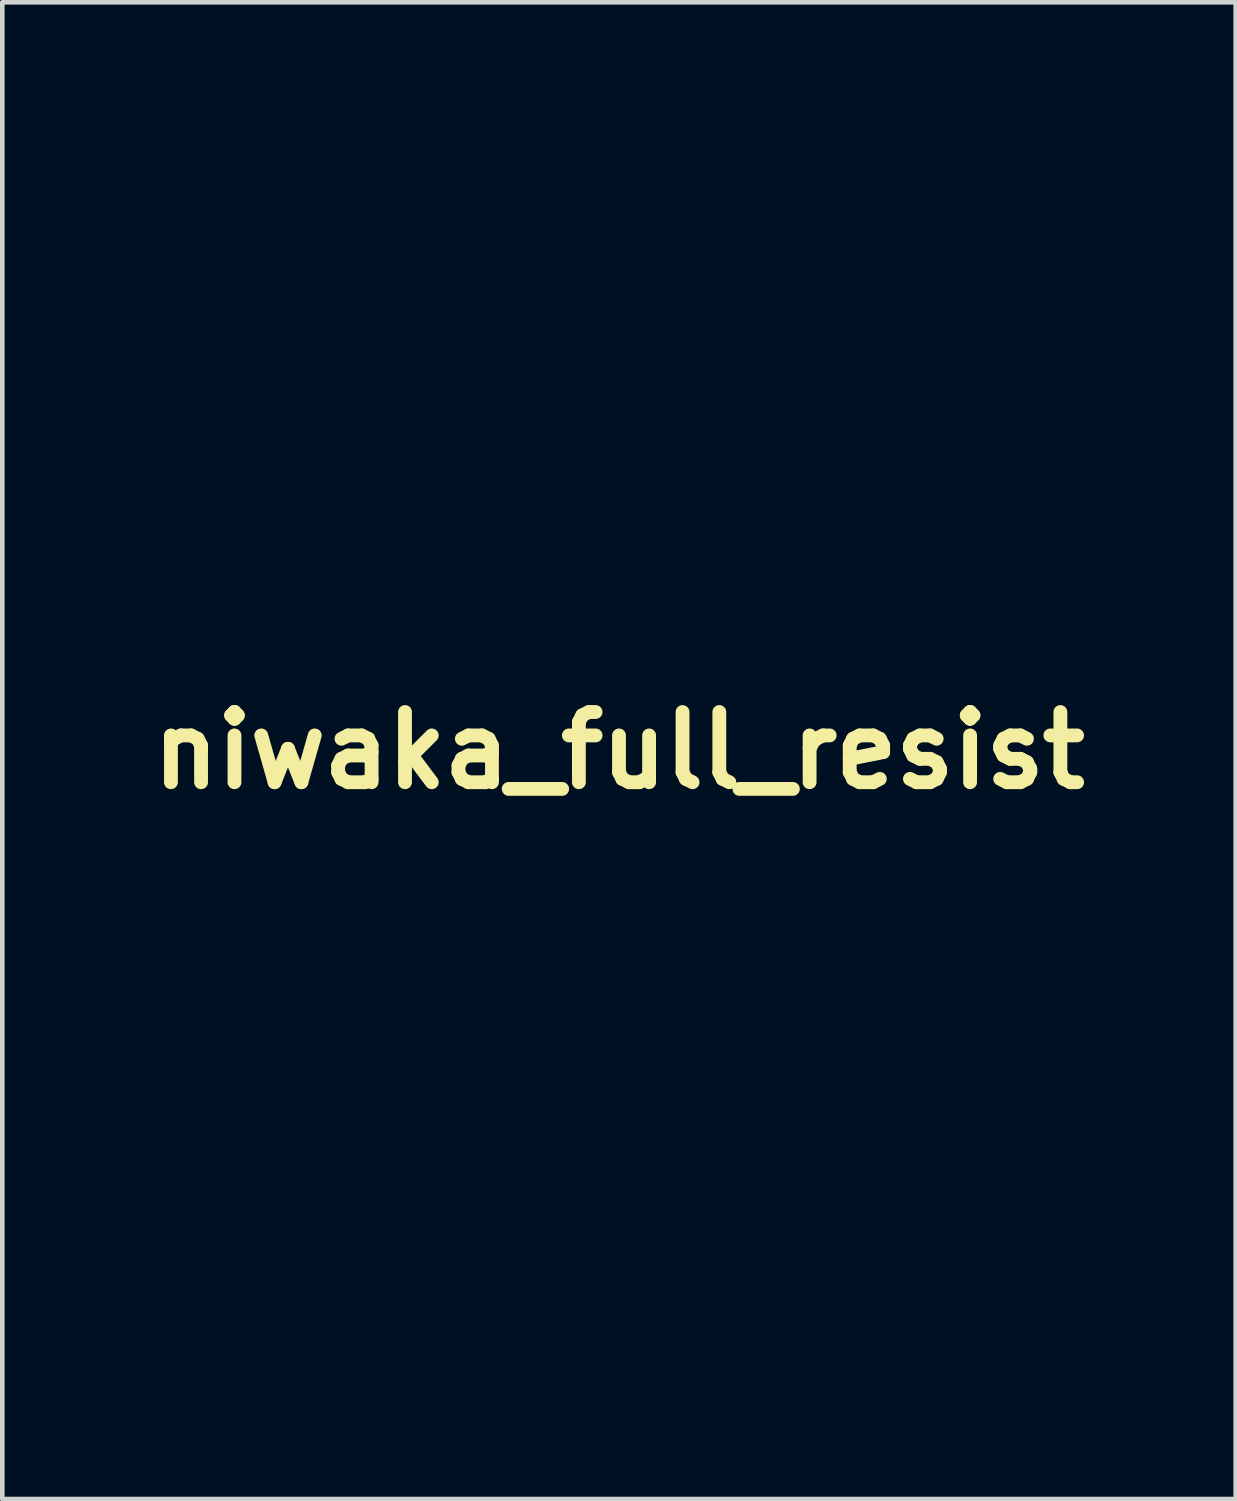
<source format=kicad_pcb>
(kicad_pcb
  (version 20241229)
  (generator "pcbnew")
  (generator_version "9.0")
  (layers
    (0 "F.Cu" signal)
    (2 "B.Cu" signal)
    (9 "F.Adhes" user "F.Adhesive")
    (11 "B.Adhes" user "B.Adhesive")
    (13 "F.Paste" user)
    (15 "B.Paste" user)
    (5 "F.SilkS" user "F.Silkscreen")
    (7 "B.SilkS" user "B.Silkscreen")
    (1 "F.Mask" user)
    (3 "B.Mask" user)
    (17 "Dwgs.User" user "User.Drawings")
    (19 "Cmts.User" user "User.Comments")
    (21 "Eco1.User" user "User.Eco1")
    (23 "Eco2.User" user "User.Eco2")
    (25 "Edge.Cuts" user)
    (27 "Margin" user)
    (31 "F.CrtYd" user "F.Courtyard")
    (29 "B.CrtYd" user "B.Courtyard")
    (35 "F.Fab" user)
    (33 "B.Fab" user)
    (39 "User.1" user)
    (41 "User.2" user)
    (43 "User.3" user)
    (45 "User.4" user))
  (footprint "niwaka_full_resist"
    (layer "F.Cu")
    (at 10.385 13.238)
    (property "Reference" "niwaka_full_resist" (at 0 0 0) (layer "F.SilkS") (effects (font (size 1.524 1.524) (thickness 0.3))))
    (attr through_hole)
    (fp_poly (pts (xy -6.054 7.4) (xy -6.977 7.4) (xy -6.977 8.086) (xy -6.215 8.086) (xy -6.215 8.551) (xy -6.977 8.551) (xy -6.977 9.491) (xy -7.451 9.491) (xy -7.451 6.926) (xy -6.054 6.926) (xy -6.054 7.4)) (stroke (width 0.01) (type solid)) (fill yes) (layer "F.Mask"))
    (fp_poly (pts (xy -3.708 12.692) (xy -3.471 12.692) (xy -3.471 13.242) (xy -4.513 13.242) (xy -4.513 12.692) (xy -4.276 12.692) (xy -4.276 10.702) (xy -4.513 10.702) (xy -4.513 10.152) (xy -3.708 10.152) (xy -3.708 12.692)) (stroke (width 0.01) (type solid)) (fill yes) (layer "F.Mask"))
    (fp_poly (pts (xy -5.88 12.079) (xy -5.878 11.115) (xy -5.876 10.152) (xy -5.309 10.152) (xy -5.309 13.242) (xy -5.611 13.242) (xy -5.914 13.241) (xy -6.879 11.404) (xy -6.881 12.323) (xy -6.883 13.242) (xy -7.451 13.242) (xy -7.451 10.152) (xy -6.894 10.152) (xy -5.88 12.079)) (stroke (width 0.01) (type solid)) (fill yes) (layer "F.Mask"))
    (fp_poly (pts (xy -2.716 7.545) (xy -2.714 8.165) (xy -2.349 7.546) (xy -1.985 6.926) (xy -1.711 6.926) (xy -1.633 6.926) (xy -1.571 6.926) (xy -1.522 6.927) (xy -1.487 6.928) (xy -1.462 6.93) (xy -1.448 6.932) (xy -1.442 6.935) (xy -1.442 6.936) (xy -1.447 6.945) (xy -1.459 6.967) (xy -1.48 7.002) (xy -1.506 7.048) (xy -1.539 7.104) (xy -1.578 7.17) (xy -1.621 7.244) (xy -1.669 7.325) (xy -1.72 7.411) (xy -1.774 7.503) (xy -1.819 7.581) (xy -2.193 8.215) (xy -1.82 8.848) (xy -1.765 8.943) (xy -1.711 9.033) (xy -1.661 9.119) (xy -1.615 9.198) (xy -1.573 9.27) (xy -1.536 9.333) (xy -1.505 9.387) (xy -1.48 9.43) (xy -1.461 9.462) (xy -1.451 9.481) (xy -1.448 9.486) (xy -1.456 9.487) (xy -1.479 9.488) (xy -1.515 9.489) (xy -1.562 9.49) (xy -1.618 9.491) (xy -1.681 9.491) (xy -1.721 9.491) (xy -1.994 9.49) (xy -2.354 8.878) (xy -2.714 8.265) (xy -2.718 9.491) (xy -3.192 9.491) (xy -3.192 6.926) (xy -2.718 6.926) (xy -2.716 7.545)) (stroke (width 0.01) (type solid)) (fill yes) (layer "F.Mask"))
    (fp_poly (pts (xy -0.531 7.935) (xy -0.529 8.937) (xy -0.505 8.989) (xy -0.475 9.038) (xy -0.435 9.085) (xy -0.388 9.124) (xy -0.349 9.146) (xy -0.323 9.156) (xy -0.295 9.162) (xy -0.259 9.165) (xy -0.233 9.165) (xy -0.194 9.165) (xy -0.166 9.162) (xy -0.142 9.156) (xy -0.116 9.145) (xy -0.1 9.137) (xy -0.039 9.098) (xy 0.01 9.048) (xy 0.046 8.987) (xy 0.067 8.918) (xy 0.068 8.916) (xy 0.069 8.9) (xy 0.07 8.867) (xy 0.072 8.818) (xy 0.073 8.753) (xy 0.074 8.672) (xy 0.074 8.577) (xy 0.075 8.467) (xy 0.076 8.343) (xy 0.076 8.204) (xy 0.076 8.052) (xy 0.076 7.902) (xy 0.076 6.934) (xy 0.542 6.934) (xy 0.54 7.969) (xy 0.538 9.004) (xy 0.514 9.08) (xy 0.472 9.188) (xy 0.416 9.287) (xy 0.348 9.376) (xy 0.269 9.454) (xy 0.18 9.52) (xy 0.083 9.573) (xy -0.022 9.612) (xy -0.061 9.622) (xy -0.11 9.631) (xy -0.168 9.636) (xy -0.229 9.639) (xy -0.286 9.639) (xy -0.327 9.635) (xy -0.44 9.611) (xy -0.547 9.571) (xy -0.646 9.518) (xy -0.736 9.45) (xy -0.816 9.369) (xy -0.871 9.297) (xy -0.908 9.239) (xy -0.937 9.18) (xy -0.963 9.114) (xy -0.971 9.093) (xy -0.995 9.021) (xy -0.997 7.978) (xy -0.999 6.934) (xy -0.534 6.934) (xy -0.531 7.935)) (stroke (width 0.01) (type solid)) (fill yes) (layer "F.Mask"))
    (fp_poly (pts (xy 3.88 7.544) (xy 3.882 8.162) (xy 4.246 7.544) (xy 4.61 6.926) (xy 4.883 6.926) (xy 4.949 6.926) (xy 5.009 6.926) (xy 5.062 6.926) (xy 5.105 6.927) (xy 5.136 6.928) (xy 5.153 6.928) (xy 5.156 6.929) (xy 5.152 6.936) (xy 5.14 6.958) (xy 5.12 6.991) (xy 5.094 7.036) (xy 5.062 7.092) (xy 5.024 7.156) (xy 4.981 7.23) (xy 4.934 7.31) (xy 4.883 7.396) (xy 4.829 7.488) (xy 4.779 7.572) (xy 4.713 7.685) (xy 4.656 7.783) (xy 4.605 7.869) (xy 4.562 7.942) (xy 4.526 8.005) (xy 4.496 8.058) (xy 4.471 8.102) (xy 4.451 8.138) (xy 4.436 8.166) (xy 4.425 8.188) (xy 4.417 8.204) (xy 4.413 8.216) (xy 4.411 8.224) (xy 4.411 8.23) (xy 4.412 8.232) (xy 4.418 8.242) (xy 4.432 8.265) (xy 4.453 8.301) (xy 4.48 8.349) (xy 4.514 8.406) (xy 4.553 8.472) (xy 4.597 8.547) (xy 4.644 8.628) (xy 4.695 8.715) (xy 4.749 8.806) (xy 4.785 8.867) (xy 4.84 8.96) (xy 4.893 9.05) (xy 4.942 9.134) (xy 4.987 9.211) (xy 5.028 9.282) (xy 5.065 9.343) (xy 5.095 9.395) (xy 5.119 9.437) (xy 5.136 9.467) (xy 5.146 9.483) (xy 5.148 9.487) (xy 5.14 9.488) (xy 5.117 9.489) (xy 5.081 9.49) (xy 5.034 9.49) (xy 4.978 9.491) (xy 4.915 9.491) (xy 4.875 9.491) (xy 4.602 9.491) (xy 4.242 8.879) (xy 3.882 8.268) (xy 3.88 8.879) (xy 3.878 9.491) (xy 3.404 9.491) (xy 3.404 6.926) (xy 3.878 6.926) (xy 3.88 7.544)) (stroke (width 0.01) (type solid)) (fill yes) (layer "F.Mask"))
    (fp_poly (pts (xy 3.363 10.9) (xy 3.366 11.648) (xy 3.806 10.9) (xy 4.246 10.152) (xy 4.574 10.152) (xy 4.647 10.152) (xy 4.714 10.152) (xy 4.774 10.153) (xy 4.824 10.153) (xy 4.863 10.154) (xy 4.89 10.155) (xy 4.902 10.156) (xy 4.902 10.156) (xy 4.898 10.164) (xy 4.886 10.186) (xy 4.866 10.22) (xy 4.839 10.265) (xy 4.806 10.322) (xy 4.768 10.388) (xy 4.724 10.464) (xy 4.675 10.547) (xy 4.622 10.637) (xy 4.566 10.733) (xy 4.506 10.834) (xy 4.449 10.932) (xy 4.387 11.037) (xy 4.328 11.138) (xy 4.272 11.233) (xy 4.22 11.323) (xy 4.171 11.406) (xy 4.128 11.481) (xy 4.09 11.548) (xy 4.058 11.604) (xy 4.032 11.65) (xy 4.013 11.684) (xy 4.002 11.705) (xy 3.999 11.712) (xy 4.004 11.721) (xy 4.016 11.743) (xy 4.037 11.778) (xy 4.064 11.824) (xy 4.097 11.881) (xy 4.136 11.948) (xy 4.181 12.024) (xy 4.23 12.107) (xy 4.282 12.197) (xy 4.339 12.293) (xy 4.398 12.394) (xy 4.448 12.479) (xy 4.509 12.583) (xy 4.568 12.682) (xy 4.624 12.777) (xy 4.676 12.865) (xy 4.723 12.947) (xy 4.766 13.02) (xy 4.804 13.085) (xy 4.836 13.139) (xy 4.861 13.183) (xy 4.88 13.215) (xy 4.891 13.234) (xy 4.894 13.239) (xy 4.886 13.24) (xy 4.862 13.24) (xy 4.826 13.241) (xy 4.778 13.241) (xy 4.72 13.242) (xy 4.654 13.242) (xy 4.583 13.242) (xy 4.565 13.242) (xy 4.236 13.242) (xy 3.801 12.502) (xy 3.366 11.763) (xy 3.363 12.502) (xy 3.361 13.242) (xy 2.794 13.242) (xy 2.794 10.152) (xy 3.361 10.152) (xy 3.363 10.9)) (stroke (width 0.01) (type solid)) (fill yes) (layer "F.Mask"))
    (fp_poly (pts (xy 6.976 8.193) (xy 7.009 8.336) (xy 7.04 8.475) (xy 7.071 8.609) (xy 7.101 8.737) (xy 7.128 8.857) (xy 7.154 8.97) (xy 7.178 9.074) (xy 7.2 9.167) (xy 7.219 9.251) (xy 7.235 9.322) (xy 7.249 9.381) (xy 7.259 9.427) (xy 7.267 9.458) (xy 7.27 9.474) (xy 7.271 9.475) (xy 7.271 9.48) (xy 7.269 9.484) (xy 7.262 9.486) (xy 7.249 9.488) (xy 7.228 9.489) (xy 7.197 9.49) (xy 7.155 9.49) (xy 7.099 9.49) (xy 7.031 9.489) (xy 6.788 9.487) (xy 6.739 9.271) (xy 6.725 9.212) (xy 6.713 9.158) (xy 6.702 9.11) (xy 6.693 9.073) (xy 6.687 9.047) (xy 6.684 9.036) (xy 6.68 9.017) (xy 6.064 9.017) (xy 6.047 9.091) (xy 6.04 9.124) (xy 6.029 9.168) (xy 6.017 9.221) (xy 6.004 9.278) (xy 5.993 9.328) (xy 5.956 9.491) (xy 5.713 9.491) (xy 5.469 9.491) (xy 5.475 9.468) (xy 5.478 9.457) (xy 5.484 9.431) (xy 5.493 9.39) (xy 5.506 9.335) (xy 5.521 9.267) (xy 5.54 9.188) (xy 5.561 9.097) (xy 5.584 8.997) (xy 5.609 8.887) (xy 5.636 8.769) (xy 5.665 8.643) (xy 5.688 8.543) (xy 6.172 8.543) (xy 6.572 8.543) (xy 6.567 8.525) (xy 6.565 8.513) (xy 6.558 8.486) (xy 6.549 8.447) (xy 6.537 8.395) (xy 6.523 8.334) (xy 6.507 8.265) (xy 6.49 8.189) (xy 6.471 8.108) (xy 6.467 8.092) (xy 6.372 7.677) (xy 6.278 8.087) (xy 6.259 8.168) (xy 6.242 8.245) (xy 6.225 8.316) (xy 6.211 8.379) (xy 6.198 8.432) (xy 6.188 8.475) (xy 6.182 8.504) (xy 6.178 8.519) (xy 6.178 8.52) (xy 6.172 8.543) (xy 5.688 8.543) (xy 5.695 8.512) (xy 5.727 8.374) (xy 5.76 8.232) (xy 5.77 8.187) (xy 6.059 6.93) (xy 6.372 6.928) (xy 6.684 6.926) (xy 6.976 8.193)) (stroke (width 0.01) (type solid)) (fill yes) (layer "F.Mask"))
    (fp_poly (pts (xy -4.927 7.889) (xy -4.927 8.016) (xy -4.927 8.139) (xy -4.927 8.258) (xy -4.926 8.369) (xy -4.926 8.474) (xy -4.925 8.57) (xy -4.925 8.656) (xy -4.924 8.731) (xy -4.923 8.794) (xy -4.922 8.844) (xy -4.921 8.88) (xy -4.92 8.9) (xy -4.92 8.903) (xy -4.902 8.974) (xy -4.869 9.036) (xy -4.824 9.089) (xy -4.766 9.13) (xy -4.752 9.137) (xy -4.722 9.151) (xy -4.698 9.159) (xy -4.672 9.164) (xy -4.639 9.165) (xy -4.619 9.165) (xy -4.579 9.164) (xy -4.55 9.162) (xy -4.526 9.155) (xy -4.501 9.145) (xy -4.496 9.142) (xy -4.442 9.108) (xy -4.394 9.063) (xy -4.355 9.011) (xy -4.345 8.992) (xy -4.322 8.945) (xy -4.318 6.926) (xy -3.844 6.926) (xy -3.844 7.893) (xy -3.844 8.051) (xy -3.844 8.193) (xy -3.844 8.32) (xy -3.845 8.433) (xy -3.845 8.533) (xy -3.846 8.621) (xy -3.847 8.697) (xy -3.848 8.764) (xy -3.849 8.821) (xy -3.851 8.87) (xy -3.853 8.912) (xy -3.855 8.947) (xy -3.858 8.977) (xy -3.861 9.003) (xy -3.864 9.025) (xy -3.868 9.045) (xy -3.872 9.063) (xy -3.875 9.072) (xy -3.911 9.174) (xy -3.962 9.27) (xy -4.026 9.358) (xy -4.101 9.436) (xy -4.186 9.504) (xy -4.28 9.56) (xy -4.38 9.601) (xy -4.437 9.618) (xy -4.499 9.629) (xy -4.568 9.637) (xy -4.637 9.64) (xy -4.7 9.637) (xy -4.724 9.635) (xy -4.832 9.611) (xy -4.935 9.573) (xy -5.031 9.52) (xy -5.119 9.454) (xy -5.198 9.377) (xy -5.265 9.289) (xy -5.321 9.191) (xy -5.363 9.086) (xy -5.371 9.06) (xy -5.373 9.05) (xy -5.376 9.041) (xy -5.378 9.03) (xy -5.38 9.018) (xy -5.382 9.003) (xy -5.383 8.984) (xy -5.384 8.96) (xy -5.385 8.931) (xy -5.386 8.896) (xy -5.387 8.853) (xy -5.388 8.801) (xy -5.389 8.74) (xy -5.389 8.669) (xy -5.389 8.587) (xy -5.39 8.492) (xy -5.39 8.385) (xy -5.391 8.263) (xy -5.391 8.127) (xy -5.391 7.974) (xy -5.391 7.961) (xy -5.394 6.926) (xy -4.928 6.926) (xy -4.927 7.889)) (stroke (width 0.01) (type solid)) (fill yes) (layer "F.Mask"))
    (fp_poly (pts (xy 1.908 11.69) (xy 1.944 11.849) (xy 1.979 12.002) (xy 2.013 12.151) (xy 2.046 12.293) (xy 2.077 12.429) (xy 2.106 12.557) (xy 2.134 12.676) (xy 2.159 12.786) (xy 2.182 12.886) (xy 2.202 12.976) (xy 2.22 13.053) (xy 2.234 13.118) (xy 2.246 13.169) (xy 2.255 13.207) (xy 2.259 13.229) (xy 2.261 13.236) (xy 2.253 13.237) (xy 2.229 13.238) (xy 2.193 13.24) (xy 2.146 13.241) (xy 2.089 13.241) (xy 2.025 13.242) (xy 1.971 13.242) (xy 1.681 13.242) (xy 1.622 12.986) (xy 1.607 12.921) (xy 1.593 12.86) (xy 1.581 12.806) (xy 1.57 12.761) (xy 1.562 12.727) (xy 1.557 12.706) (xy 1.556 12.702) (xy 1.549 12.675) (xy 1.177 12.675) (xy 1.088 12.675) (xy 1.014 12.675) (xy 0.954 12.675) (xy 0.907 12.676) (xy 0.871 12.676) (xy 0.844 12.678) (xy 0.825 12.679) (xy 0.813 12.681) (xy 0.806 12.684) (xy 0.802 12.687) (xy 0.801 12.689) (xy 0.798 12.701) (xy 0.792 12.727) (xy 0.783 12.765) (xy 0.772 12.814) (xy 0.759 12.871) (xy 0.745 12.934) (xy 0.736 12.973) (xy 0.674 13.242) (xy 0.383 13.242) (xy 0.305 13.242) (xy 0.242 13.242) (xy 0.193 13.241) (xy 0.156 13.24) (xy 0.129 13.239) (xy 0.112 13.238) (xy 0.101 13.236) (xy 0.096 13.233) (xy 0.094 13.229) (xy 0.095 13.227) (xy 0.097 13.217) (xy 0.103 13.192) (xy 0.112 13.152) (xy 0.124 13.098) (xy 0.14 13.03) (xy 0.158 12.95) (xy 0.179 12.859) (xy 0.203 12.757) (xy 0.228 12.645) (xy 0.256 12.523) (xy 0.286 12.394) (xy 0.317 12.257) (xy 0.35 12.113) (xy 0.354 12.097) (xy 0.94 12.097) (xy 0.943 12.1) (xy 0.955 12.103) (xy 0.977 12.104) (xy 1.01 12.106) (xy 1.056 12.107) (xy 1.116 12.107) (xy 1.18 12.107) (xy 1.42 12.107) (xy 1.385 11.953) (xy 1.352 11.81) (xy 1.323 11.684) (xy 1.297 11.572) (xy 1.275 11.474) (xy 1.255 11.389) (xy 1.238 11.316) (xy 1.224 11.255) (xy 1.212 11.204) (xy 1.202 11.163) (xy 1.194 11.131) (xy 1.188 11.106) (xy 1.183 11.089) (xy 1.18 11.079) (xy 1.177 11.073) (xy 1.176 11.073) (xy 1.173 11.082) (xy 1.167 11.105) (xy 1.158 11.142) (xy 1.147 11.19) (xy 1.133 11.248) (xy 1.118 11.314) (xy 1.101 11.385) (xy 1.083 11.462) (xy 1.065 11.541) (xy 1.047 11.62) (xy 1.028 11.699) (xy 1.011 11.776) (xy 0.994 11.848) (xy 0.979 11.915) (xy 0.966 11.973) (xy 0.955 12.023) (xy 0.947 12.061) (xy 0.942 12.086) (xy 0.94 12.097) (xy 0.354 12.097) (xy 0.385 11.964) (xy 0.42 11.809) (xy 0.449 11.682) (xy 0.8 10.152) (xy 1.177 10.152) (xy 1.554 10.152) (xy 1.908 11.69)) (stroke (width 0.01) (type solid)) (fill yes) (layer "F.Mask"))
    (fp_poly (pts (xy 6.375 10.152) (xy 6.752 10.152) (xy 7.103 11.678) (xy 7.139 11.835) (xy 7.174 11.989) (xy 7.208 12.137) (xy 7.241 12.279) (xy 7.272 12.415) (xy 7.302 12.543) (xy 7.329 12.662) (xy 7.354 12.773) (xy 7.377 12.873) (xy 7.398 12.962) (xy 7.415 13.04) (xy 7.43 13.105) (xy 7.442 13.157) (xy 7.451 13.194) (xy 7.456 13.216) (xy 7.457 13.223) (xy 7.461 13.242) (xy 6.878 13.242) (xy 6.817 12.973) (xy 6.802 12.907) (xy 6.788 12.847) (xy 6.775 12.793) (xy 6.765 12.748) (xy 6.757 12.715) (xy 6.752 12.694) (xy 6.751 12.689) (xy 6.749 12.686) (xy 6.745 12.683) (xy 6.736 12.681) (xy 6.722 12.679) (xy 6.701 12.677) (xy 6.671 12.676) (xy 6.631 12.675) (xy 6.58 12.675) (xy 6.516 12.675) (xy 6.437 12.675) (xy 6.375 12.675) (xy 6.004 12.675) (xy 5.996 12.702) (xy 5.992 12.717) (xy 5.985 12.746) (xy 5.976 12.787) (xy 5.964 12.838) (xy 5.951 12.897) (xy 5.936 12.96) (xy 5.93 12.986) (xy 5.872 13.242) (xy 5.582 13.242) (xy 5.514 13.242) (xy 5.451 13.241) (xy 5.396 13.24) (xy 5.351 13.239) (xy 5.317 13.238) (xy 5.297 13.237) (xy 5.292 13.236) (xy 5.293 13.227) (xy 5.299 13.202) (xy 5.308 13.163) (xy 5.32 13.11) (xy 5.335 13.043) (xy 5.353 12.964) (xy 5.374 12.873) (xy 5.397 12.772) (xy 5.422 12.66) (xy 5.45 12.539) (xy 5.48 12.41) (xy 5.511 12.274) (xy 5.544 12.13) (xy 5.551 12.097) (xy 6.135 12.097) (xy 6.138 12.1) (xy 6.146 12.103) (xy 6.162 12.105) (xy 6.185 12.106) (xy 6.22 12.107) (xy 6.266 12.107) (xy 6.327 12.107) (xy 6.372 12.107) (xy 6.444 12.107) (xy 6.502 12.107) (xy 6.545 12.106) (xy 6.576 12.104) (xy 6.597 12.103) (xy 6.608 12.1) (xy 6.612 12.097) (xy 6.612 12.096) (xy 6.611 12.086) (xy 6.605 12.061) (xy 6.597 12.023) (xy 6.586 11.974) (xy 6.573 11.916) (xy 6.558 11.849) (xy 6.542 11.777) (xy 6.524 11.7) (xy 6.506 11.621) (xy 6.488 11.541) (xy 6.47 11.462) (xy 6.452 11.386) (xy 6.435 11.314) (xy 6.42 11.248) (xy 6.407 11.191) (xy 6.395 11.143) (xy 6.387 11.106) (xy 6.381 11.083) (xy 6.378 11.074) (xy 6.376 11.08) (xy 6.37 11.101) (xy 6.36 11.136) (xy 6.348 11.183) (xy 6.334 11.241) (xy 6.318 11.309) (xy 6.299 11.385) (xy 6.28 11.468) (xy 6.259 11.557) (xy 6.256 11.57) (xy 6.235 11.66) (xy 6.216 11.746) (xy 6.197 11.825) (xy 6.181 11.897) (xy 6.166 11.96) (xy 6.154 12.013) (xy 6.145 12.053) (xy 6.138 12.08) (xy 6.135 12.092) (xy 6.135 12.093) (xy 6.135 12.097) (xy 5.551 12.097) (xy 5.578 11.981) (xy 5.613 11.827) (xy 5.645 11.69) (xy 5.998 10.152) (xy 6.375 10.152)) (stroke (width 0.01) (type solid)) (fill yes) (layer "F.Mask"))
    (fp_poly (pts (xy 2.173 6.788) (xy 2.283 6.817) (xy 2.383 6.859) (xy 2.484 6.918) (xy 2.573 6.989) (xy 2.65 7.072) (xy 2.714 7.166) (xy 2.766 7.27) (xy 2.803 7.384) (xy 2.805 7.388) (xy 2.824 7.463) (xy 2.824 8.954) (xy 2.804 9.03) (xy 2.769 9.138) (xy 2.718 9.239) (xy 2.655 9.332) (xy 2.58 9.415) (xy 2.494 9.487) (xy 2.4 9.547) (xy 2.297 9.592) (xy 2.272 9.601) (xy 2.173 9.627) (xy 2.076 9.64) (xy 1.978 9.639) (xy 1.926 9.634) (xy 1.818 9.612) (xy 1.715 9.575) (xy 1.618 9.524) (xy 1.529 9.459) (xy 1.449 9.383) (xy 1.379 9.297) (xy 1.321 9.201) (xy 1.276 9.097) (xy 1.269 9.076) (xy 1.833 9.076) (xy 1.84 9.086) (xy 1.859 9.1) (xy 1.886 9.116) (xy 1.917 9.132) (xy 1.948 9.144) (xy 1.974 9.152) (xy 2.034 9.157) (xy 2.097 9.148) (xy 2.156 9.127) (xy 2.219 9.09) (xy 2.27 9.04) (xy 2.308 8.981) (xy 2.332 8.911) (xy 2.336 8.89) (xy 2.339 8.864) (xy 2.341 8.821) (xy 2.343 8.763) (xy 2.344 8.689) (xy 2.344 8.601) (xy 2.343 8.499) (xy 2.343 8.496) (xy 2.341 8.158) (xy 2.087 8.611) (xy 2.042 8.691) (xy 1.999 8.768) (xy 1.96 8.839) (xy 1.925 8.903) (xy 1.894 8.959) (xy 1.869 9.005) (xy 1.85 9.041) (xy 1.838 9.065) (xy 1.833 9.075) (xy 1.833 9.076) (xy 1.269 9.076) (xy 1.26 9.047) (xy 1.256 9.035) (xy 1.253 9.023) (xy 1.251 9.011) (xy 1.249 8.996) (xy 1.247 8.979) (xy 1.245 8.957) (xy 1.244 8.93) (xy 1.243 8.897) (xy 1.242 8.855) (xy 1.241 8.806) (xy 1.24 8.746) (xy 1.24 8.675) (xy 1.239 8.591) (xy 1.239 8.495) (xy 1.239 8.384) (xy 1.238 8.257) (xy 1.238 8.242) (xy 1.238 8.089) (xy 1.238 7.952) (xy 1.238 7.857) (xy 1.719 7.857) (xy 1.719 7.911) (xy 1.719 8.006) (xy 1.72 8.085) (xy 1.72 8.149) (xy 1.721 8.199) (xy 1.722 8.236) (xy 1.724 8.26) (xy 1.726 8.274) (xy 1.728 8.277) (xy 1.729 8.276) (xy 1.734 8.266) (xy 1.748 8.242) (xy 1.768 8.206) (xy 1.794 8.16) (xy 1.825 8.104) (xy 1.861 8.04) (xy 1.901 7.969) (xy 1.944 7.892) (xy 1.989 7.811) (xy 1.992 7.807) (xy 2.047 7.708) (xy 2.095 7.623) (xy 2.134 7.55) (xy 2.167 7.49) (xy 2.193 7.442) (xy 2.212 7.404) (xy 2.226 7.375) (xy 2.234 7.356) (xy 2.238 7.345) (xy 2.238 7.341) (xy 2.222 7.325) (xy 2.194 7.307) (xy 2.161 7.289) (xy 2.125 7.274) (xy 2.093 7.264) (xy 2.092 7.264) (xy 2.024 7.258) (xy 1.957 7.267) (xy 1.894 7.291) (xy 1.837 7.327) (xy 1.789 7.375) (xy 1.752 7.433) (xy 1.735 7.477) (xy 1.731 7.491) (xy 1.728 7.505) (xy 1.725 7.522) (xy 1.723 7.543) (xy 1.722 7.571) (xy 1.72 7.606) (xy 1.72 7.65) (xy 1.719 7.706) (xy 1.719 7.774) (xy 1.719 7.857) (xy 1.238 7.857) (xy 1.238 7.832) (xy 1.238 7.729) (xy 1.239 7.641) (xy 1.24 7.57) (xy 1.241 7.514) (xy 1.242 7.474) (xy 1.244 7.45) (xy 1.245 7.447) (xy 1.261 7.371) (xy 1.287 7.291) (xy 1.319 7.215) (xy 1.344 7.167) (xy 1.38 7.114) (xy 1.426 7.059) (xy 1.479 7.003) (xy 1.534 6.952) (xy 1.588 6.91) (xy 1.621 6.889) (xy 1.729 6.836) (xy 1.838 6.799) (xy 1.949 6.779) (xy 2.061 6.775) (xy 2.173 6.788)) (stroke (width 0.01) (type solid)) (fill yes) (layer "F.Mask"))
    (fp_poly (pts (xy 7.208 -8.188) (xy 7.222 -8.168) (xy 7.242 -8.136) (xy 7.267 -8.093) (xy 7.296 -8.043) (xy 7.327 -7.986) (xy 7.361 -7.925) (xy 7.396 -7.861) (xy 7.431 -7.795) (xy 7.465 -7.729) (xy 7.498 -7.666) (xy 7.506 -7.65) (xy 7.666 -7.312) (xy 7.811 -6.968) (xy 7.94 -6.618) (xy 8.053 -6.262) (xy 8.15 -5.902) (xy 8.231 -5.538) (xy 8.296 -5.17) (xy 8.344 -4.8) (xy 8.36 -4.623) (xy 8.376 -4.395) (xy 8.386 -4.158) (xy 8.39 -3.918) (xy 8.387 -3.677) (xy 8.379 -3.439) (xy 8.365 -3.209) (xy 8.345 -2.991) (xy 8.344 -2.976) (xy 8.293 -2.597) (xy 8.227 -2.224) (xy 8.146 -1.858) (xy 8.048 -1.497) (xy 7.934 -1.141) (xy 7.805 -0.792) (xy 7.659 -0.448) (xy 7.498 -0.11) (xy 7.321 0.222) (xy 7.224 0.389) (xy 7.032 0.698) (xy 6.825 0.999) (xy 6.603 1.293) (xy 6.367 1.579) (xy 6.117 1.856) (xy 5.854 2.123) (xy 5.578 2.381) (xy 5.538 2.416) (xy 5.434 2.509) (xy 3.919 0.994) (xy 2.405 -0.521) (xy 2.885 -1.001) (xy 2.96 -1.076) (xy 3.031 -1.147) (xy 3.099 -1.214) (xy 3.161 -1.275) (xy 3.216 -1.33) (xy 3.265 -1.378) (xy 3.306 -1.418) (xy 3.338 -1.449) (xy 3.361 -1.47) (xy 3.372 -1.481) (xy 3.374 -1.482) (xy 3.381 -1.476) (xy 3.399 -1.459) (xy 3.428 -1.431) (xy 3.467 -1.392) (xy 3.515 -1.345) (xy 3.572 -1.288) (xy 3.638 -1.223) (xy 3.711 -1.151) (xy 3.791 -1.071) (xy 3.878 -0.985) (xy 3.97 -0.893) (xy 4.068 -0.796) (xy 4.17 -0.694) (xy 4.276 -0.588) (xy 4.385 -0.479) (xy 4.404 -0.461) (xy 5.425 0.561) (xy 5.492 0.477) (xy 5.576 0.371) (xy 5.663 0.254) (xy 5.751 0.131) (xy 5.837 0.006) (xy 5.837 0.005) (xy 6.023 -0.287) (xy 6.193 -0.586) (xy 6.348 -0.891) (xy 6.487 -1.203) (xy 6.61 -1.521) (xy 6.717 -1.845) (xy 6.809 -2.174) (xy 6.884 -2.508) (xy 6.943 -2.847) (xy 6.986 -3.191) (xy 7.011 -3.5) (xy 7.014 -3.566) (xy 7.016 -3.646) (xy 7.017 -3.736) (xy 7.018 -3.832) (xy 7.017 -3.933) (xy 7.016 -4.035) (xy 7.014 -4.136) (xy 7.011 -4.231) (xy 7.008 -4.319) (xy 7.004 -4.397) (xy 6.999 -4.461) (xy 6.998 -4.47) (xy 6.963 -4.791) (xy 6.916 -5.101) (xy 6.857 -5.4) (xy 6.788 -5.684) (xy 6.753 -5.817) (xy 3.863 -2.928) (xy 0.974 -0.038) (xy 4.32 3.309) (xy 4.241 3.355) (xy 4.127 3.42) (xy 4.004 3.488) (xy 3.874 3.556) (xy 3.74 3.624) (xy 3.605 3.69) (xy 3.473 3.752) (xy 3.344 3.811) (xy 3.224 3.863) (xy 3.113 3.908) (xy 3.072 3.923) (xy 3.017 3.944) (xy 0.004 0.931) (xy -2.263 3.198) (xy -4.53 5.465) (xy -4.53 2.561) (xy -3.85 1.882) (xy -3.761 1.793) (xy -3.675 1.707) (xy -3.593 1.625) (xy -3.516 1.549) (xy -3.445 1.478) (xy -3.38 1.413) (xy -3.322 1.356) (xy -3.272 1.306) (xy -3.23 1.266) (xy -3.198 1.234) (xy -3.176 1.213) (xy -3.166 1.203) (xy -3.164 1.202) (xy -3.163 1.21) (xy -3.162 1.234) (xy -3.161 1.272) (xy -3.16 1.322) (xy -3.159 1.382) (xy -3.159 1.453) (xy -3.158 1.531) (xy -3.158 1.615) (xy -3.158 1.679) (xy -3.158 2.155) (xy 2.017 -3.02) (xy 2.266 -3.269) (xy 2.512 -3.515) (xy 2.754 -3.757) (xy 2.993 -3.996) (xy 3.228 -4.231) (xy 3.46 -4.463) (xy 3.687 -4.69) (xy 3.909 -4.912) (xy 4.127 -5.129) (xy 4.339 -5.342) (xy 4.547 -5.549) (xy 4.748 -5.75) (xy 4.944 -5.946) (xy 5.133 -6.135) (xy 5.316 -6.317) (xy 5.492 -6.493) (xy 5.662 -6.662) (xy 5.824 -6.824) (xy 5.978 -6.978) (xy 6.124 -7.124) (xy 6.263 -7.262) (xy 6.393 -7.392) (xy 6.514 -7.513) (xy 6.627 -7.625) (xy 6.73 -7.728) (xy 6.824 -7.822) (xy 6.908 -7.905) (xy 6.982 -7.979) (xy 7.046 -8.043) (xy 7.099 -8.095) (xy 7.141 -8.137) (xy 7.173 -8.168) (xy 7.192 -8.188) (xy 7.201 -8.195) (xy 7.201 -8.196) (xy 7.208 -8.188)) (stroke (width 0.01) (type solid)) (fill yes) (layer "F.Mask"))
    (fp_poly (pts (xy -0.38 10.152) (xy -0.318 10.152) (xy -0.264 10.153) (xy -0.219 10.154) (xy -0.186 10.155) (xy -0.166 10.156) (xy -0.161 10.157) (xy -0.162 10.165) (xy -0.167 10.19) (xy -0.173 10.229) (xy -0.183 10.283) (xy -0.195 10.35) (xy -0.209 10.43) (xy -0.225 10.522) (xy -0.243 10.624) (xy -0.262 10.736) (xy -0.284 10.858) (xy -0.307 10.988) (xy -0.331 11.126) (xy -0.357 11.27) (xy -0.383 11.42) (xy -0.41 11.576) (xy -0.432 11.697) (xy -0.46 11.855) (xy -0.487 12.01) (xy -0.513 12.159) (xy -0.538 12.302) (xy -0.562 12.437) (xy -0.585 12.565) (xy -0.606 12.685) (xy -0.625 12.795) (xy -0.643 12.895) (xy -0.659 12.983) (xy -0.672 13.06) (xy -0.683 13.124) (xy -0.692 13.175) (xy -0.698 13.211) (xy -0.702 13.232) (xy -0.703 13.237) (xy -0.711 13.238) (xy -0.734 13.239) (xy -0.77 13.24) (xy -0.818 13.241) (xy -0.874 13.241) (xy -0.938 13.242) (xy -0.993 13.242) (xy -1.283 13.242) (xy -1.413 12.541) (xy -1.433 12.435) (xy -1.452 12.333) (xy -1.47 12.236) (xy -1.487 12.148) (xy -1.502 12.067) (xy -1.516 11.996) (xy -1.528 11.936) (xy -1.537 11.889) (xy -1.544 11.854) (xy -1.548 11.834) (xy -1.549 11.83) (xy -1.551 11.837) (xy -1.557 11.858) (xy -1.564 11.895) (xy -1.574 11.944) (xy -1.587 12.005) (xy -1.601 12.076) (xy -1.616 12.157) (xy -1.633 12.246) (xy -1.652 12.342) (xy -1.671 12.443) (xy -1.68 12.49) (xy -1.699 12.596) (xy -1.718 12.697) (xy -1.736 12.793) (xy -1.753 12.882) (xy -1.768 12.962) (xy -1.782 13.034) (xy -1.793 13.095) (xy -1.802 13.143) (xy -1.809 13.178) (xy -1.813 13.198) (xy -1.813 13.202) (xy -1.822 13.242) (xy -2.109 13.242) (xy -2.19 13.242) (xy -2.256 13.241) (xy -2.308 13.24) (xy -2.346 13.239) (xy -2.374 13.238) (xy -2.391 13.235) (xy -2.399 13.233) (xy -2.4 13.231) (xy -2.402 13.222) (xy -2.406 13.198) (xy -2.413 13.158) (xy -2.423 13.105) (xy -2.434 13.04) (xy -2.448 12.962) (xy -2.464 12.874) (xy -2.481 12.777) (xy -2.5 12.67) (xy -2.52 12.556) (xy -2.541 12.436) (xy -2.564 12.309) (xy -2.587 12.178) (xy -2.611 12.044) (xy -2.635 11.907) (xy -2.66 11.768) (xy -2.684 11.628) (xy -2.709 11.489) (xy -2.733 11.351) (xy -2.757 11.215) (xy -2.78 11.083) (xy -2.803 10.955) (xy -2.825 10.832) (xy -2.845 10.716) (xy -2.864 10.607) (xy -2.882 10.506) (xy -2.898 10.415) (xy -2.912 10.334) (xy -2.924 10.265) (xy -2.933 10.213) (xy -2.944 10.152) (xy -2.366 10.152) (xy -2.235 10.897) (xy -2.215 11.011) (xy -2.196 11.118) (xy -2.178 11.219) (xy -2.161 11.31) (xy -2.146 11.392) (xy -2.132 11.464) (xy -2.121 11.524) (xy -2.112 11.571) (xy -2.104 11.605) (xy -2.1 11.623) (xy -2.098 11.627) (xy -2.096 11.617) (xy -2.09 11.591) (xy -2.083 11.551) (xy -2.072 11.498) (xy -2.06 11.433) (xy -2.046 11.358) (xy -2.03 11.274) (xy -2.012 11.182) (xy -1.994 11.083) (xy -1.974 10.978) (xy -1.96 10.901) (xy -1.94 10.793) (xy -1.921 10.69) (xy -1.902 10.592) (xy -1.885 10.502) (xy -1.87 10.42) (xy -1.856 10.347) (xy -1.845 10.285) (xy -1.835 10.235) (xy -1.828 10.199) (xy -1.824 10.177) (xy -1.823 10.171) (xy -1.818 10.152) (xy -1.551 10.152) (xy -1.283 10.152) (xy -1.143 10.898) (xy -1.118 11.034) (xy -1.095 11.153) (xy -1.075 11.258) (xy -1.058 11.348) (xy -1.043 11.423) (xy -1.031 11.486) (xy -1.02 11.535) (xy -1.012 11.573) (xy -1.006 11.6) (xy -1.001 11.615) (xy -0.998 11.621) (xy -0.997 11.62) (xy -0.994 11.608) (xy -0.989 11.58) (xy -0.982 11.539) (xy -0.972 11.485) (xy -0.96 11.419) (xy -0.946 11.342) (xy -0.931 11.257) (xy -0.915 11.164) (xy -0.897 11.065) (xy -0.879 10.96) (xy -0.868 10.897) (xy -0.849 10.79) (xy -0.831 10.687) (xy -0.814 10.59) (xy -0.798 10.5) (xy -0.784 10.419) (xy -0.771 10.347) (xy -0.76 10.286) (xy -0.751 10.237) (xy -0.745 10.201) (xy -0.741 10.18) (xy -0.74 10.175) (xy -0.735 10.152) (xy -0.448 10.152) (xy -0.38 10.152)) (stroke (width 0.01) (type solid)) (fill yes) (layer "F.Mask"))
    (fp_poly (pts (xy -6.374 -9.307) (xy -6.355 -9.29) (xy -6.327 -9.263) (xy -6.288 -9.226) (xy -6.242 -9.18) (xy -6.187 -9.127) (xy -6.125 -9.066) (xy -6.058 -8.999) (xy -5.985 -8.926) (xy -5.907 -8.849) (xy -5.826 -8.768) (xy -5.785 -8.727) (xy -5.199 -8.141) (xy -5.199 -7.173) (xy -5.199 -7.047) (xy -5.199 -6.925) (xy -5.199 -6.81) (xy -5.199 -6.701) (xy -5.2 -6.6) (xy -5.2 -6.508) (xy -5.201 -6.427) (xy -5.201 -6.356) (xy -5.202 -6.298) (xy -5.203 -6.253) (xy -5.204 -6.223) (xy -5.205 -6.208) (xy -5.205 -6.206) (xy -5.212 -6.212) (xy -5.23 -6.229) (xy -5.258 -6.256) (xy -5.295 -6.293) (xy -5.341 -6.337) (xy -5.394 -6.39) (xy -5.453 -6.449) (xy -5.519 -6.514) (xy -5.589 -6.584) (xy -5.662 -6.657) (xy -5.699 -6.694) (xy -6.188 -7.182) (xy -6.26 -7.037) (xy -6.406 -6.729) (xy -6.536 -6.419) (xy -6.649 -6.106) (xy -6.747 -5.79) (xy -6.83 -5.468) (xy -6.897 -5.141) (xy -6.95 -4.807) (xy -6.988 -4.464) (xy -6.991 -4.437) (xy -6.995 -4.374) (xy -6.999 -4.297) (xy -7.002 -4.21) (xy -7.004 -4.115) (xy -7.005 -4.014) (xy -7.006 -3.911) (xy -7.006 -3.808) (xy -7.005 -3.708) (xy -7.004 -3.615) (xy -7.001 -3.53) (xy -6.998 -3.458) (xy -6.995 -3.408) (xy -6.97 -3.145) (xy -6.939 -2.895) (xy -6.9 -2.653) (xy -6.854 -2.416) (xy -6.799 -2.182) (xy -6.795 -2.164) (xy -6.702 -1.834) (xy -6.594 -1.51) (xy -6.47 -1.192) (xy -6.331 -0.88) (xy -6.176 -0.575) (xy -6.006 -0.278) (xy -5.821 0.013) (xy -5.62 0.296) (xy -5.458 0.506) (xy -5.415 0.559) (xy -2.71 -2.146) (xy -2.53 -2.325) (xy -2.354 -2.502) (xy -2.181 -2.675) (xy -2.012 -2.844) (xy -1.847 -3.009) (xy -1.686 -3.169) (xy -1.53 -3.325) (xy -1.38 -3.475) (xy -1.235 -3.619) (xy -1.096 -3.758) (xy -0.964 -3.89) (xy -0.838 -4.015) (xy -0.72 -4.133) (xy -0.609 -4.243) (xy -0.506 -4.346) (xy -0.412 -4.44) (xy -0.326 -4.525) (xy -0.249 -4.602) (xy -0.181 -4.669) (xy -0.124 -4.726) (xy -0.076 -4.773) (xy -0.04 -4.809) (xy -0.014 -4.834) (xy 0.001 -4.849) (xy 0.004 -4.851) (xy 0.011 -4.846) (xy 0.029 -4.828) (xy 0.058 -4.801) (xy 0.096 -4.763) (xy 0.144 -4.717) (xy 0.199 -4.662) (xy 0.263 -4.599) (xy 0.332 -4.53) (xy 0.408 -4.455) (xy 0.49 -4.374) (xy 0.576 -4.288) (xy 0.665 -4.199) (xy 0.734 -4.13) (xy 1.456 -3.408) (xy 0.487 -2.438) (xy 0.008 -2.917) (xy -2.703 -0.205) (xy -2.883 -0.026) (xy -3.059 0.151) (xy -3.232 0.324) (xy -3.402 0.493) (xy -3.567 0.658) (xy -3.728 0.819) (xy -3.883 0.975) (xy -4.034 1.125) (xy -4.179 1.27) (xy -4.318 1.408) (xy -4.45 1.541) (xy -4.576 1.666) (xy -4.694 1.784) (xy -4.805 1.895) (xy -4.908 1.998) (xy -5.003 2.092) (xy -5.089 2.178) (xy -5.165 2.254) (xy -5.233 2.322) (xy -5.291 2.379) (xy -5.338 2.426) (xy -5.375 2.463) (xy -5.401 2.489) (xy -5.416 2.503) (xy -5.419 2.506) (xy -5.427 2.501) (xy -5.445 2.486) (xy -5.471 2.465) (xy -5.502 2.438) (xy -5.512 2.429) (xy -5.784 2.182) (xy -6.044 1.922) (xy -6.294 1.65) (xy -6.531 1.367) (xy -6.757 1.075) (xy -6.969 0.772) (xy -7.168 0.462) (xy -7.352 0.143) (xy -7.523 -0.183) (xy -7.678 -0.515) (xy -7.817 -0.852) (xy -7.843 -0.919) (xy -7.967 -1.274) (xy -8.075 -1.633) (xy -8.167 -1.997) (xy -8.243 -2.364) (xy -8.302 -2.734) (xy -8.345 -3.106) (xy -8.371 -3.481) (xy -8.381 -3.857) (xy -8.373 -4.234) (xy -8.35 -4.611) (xy -8.343 -4.682) (xy -8.3 -5.058) (xy -8.24 -5.43) (xy -8.163 -5.797) (xy -8.071 -6.16) (xy -7.962 -6.517) (xy -7.838 -6.869) (xy -7.697 -7.216) (xy -7.54 -7.557) (xy -7.368 -7.892) (xy -7.19 -8.203) (xy -7.141 -8.284) (xy -7.083 -8.374) (xy -7.02 -8.471) (xy -6.953 -8.57) (xy -6.885 -8.67) (xy -6.818 -8.765) (xy -6.754 -8.852) (xy -6.728 -8.887) (xy -6.677 -8.955) (xy -6.626 -9.021) (xy -6.577 -9.084) (xy -6.531 -9.141) (xy -6.489 -9.193) (xy -6.453 -9.237) (xy -6.422 -9.272) (xy -6.4 -9.297) (xy -6.385 -9.311) (xy -6.381 -9.313) (xy -6.374 -9.307)) (stroke (width 0.01) (type solid)) (fill yes) (layer "F.Mask"))
    (fp_poly (pts (xy -4.517 -13.227) (xy -4.499 -13.21) (xy -4.47 -13.181) (xy -4.429 -13.141) (xy -4.378 -13.09) (xy -4.317 -13.029) (xy -4.246 -12.958) (xy -4.164 -12.877) (xy -4.074 -12.787) (xy -3.974 -12.687) (xy -3.865 -12.579) (xy -3.748 -12.462) (xy -3.623 -12.337) (xy -3.49 -12.204) (xy -3.349 -12.064) (xy -3.202 -11.916) (xy -3.047 -11.762) (xy -2.886 -11.601) (xy -2.718 -11.433) (xy -2.544 -11.26) (xy -2.365 -11.081) (xy -2.181 -10.897) (xy -1.991 -10.707) (xy -1.797 -10.513) (xy -1.599 -10.315) (xy -1.396 -10.112) (xy -1.19 -9.906) (xy -0.98 -9.696) (xy -0.767 -9.484) (xy -0.673 -9.39) (xy 3.171 -5.546) (xy 3.175 -8.602) (xy 3.179 -11.658) (xy 3.336 -11.59) (xy 3.414 -11.556) (xy 3.503 -11.515) (xy 3.599 -11.469) (xy 3.701 -11.419) (xy 3.803 -11.368) (xy 3.904 -11.316) (xy 3.998 -11.267) (xy 4.084 -11.221) (xy 4.146 -11.186) (xy 4.452 -11.002) (xy 4.747 -10.809) (xy 5.033 -10.603) (xy 5.313 -10.384) (xy 5.533 -10.198) (xy 5.572 -10.163) (xy 5.62 -10.119) (xy 5.675 -10.067) (xy 5.736 -10.009) (xy 5.799 -9.948) (xy 5.863 -9.886) (xy 5.925 -9.825) (xy 5.936 -9.814) (xy 6.05 -9.698) (xy 6.153 -9.591) (xy 6.248 -9.489) (xy 6.337 -9.39) (xy 6.423 -9.29) (xy 6.508 -9.187) (xy 6.595 -9.078) (xy 6.685 -8.961) (xy 6.707 -8.933) (xy 6.825 -8.777) (xy 6.331 -8.283) (xy 6.256 -8.207) (xy 6.183 -8.135) (xy 6.115 -8.067) (xy 6.052 -8.005) (xy 5.996 -7.948) (xy 5.946 -7.899) (xy 5.904 -7.858) (xy 5.872 -7.826) (xy 5.848 -7.803) (xy 5.836 -7.791) (xy 5.834 -7.789) (xy 5.827 -7.796) (xy 5.815 -7.813) (xy 5.804 -7.829) (xy 5.771 -7.88) (xy 5.728 -7.941) (xy 5.677 -8.01) (xy 5.62 -8.086) (xy 5.558 -8.166) (xy 5.493 -8.249) (xy 5.428 -8.331) (xy 5.362 -8.41) (xy 5.299 -8.486) (xy 5.298 -8.486) (xy 5.263 -8.526) (xy 5.218 -8.575) (xy 5.164 -8.632) (xy 5.104 -8.694) (xy 5.04 -8.76) (xy 4.973 -8.828) (xy 4.906 -8.895) (xy 4.84 -8.96) (xy 4.778 -9.021) (xy 4.721 -9.075) (xy 4.672 -9.121) (xy 4.632 -9.157) (xy 4.629 -9.16) (xy 4.538 -9.238) (xy 4.538 -6.49) (xy 3.478 -5.429) (xy 3.366 -5.317) (xy 3.257 -5.209) (xy 3.152 -5.104) (xy 3.052 -5.004) (xy 2.956 -4.909) (xy 2.867 -4.82) (xy 2.783 -4.737) (xy 2.706 -4.66) (xy 2.637 -4.592) (xy 2.575 -4.531) (xy 2.523 -4.479) (xy 2.479 -4.436) (xy 2.446 -4.403) (xy 2.422 -4.381) (xy 2.41 -4.37) (xy 2.409 -4.369) (xy 2.402 -4.375) (xy 2.384 -4.392) (xy 2.355 -4.421) (xy 2.315 -4.461) (xy 2.264 -4.511) (xy 2.203 -4.571) (xy 2.133 -4.641) (xy 2.053 -4.72) (xy 1.964 -4.809) (xy 1.867 -4.906) (xy 1.761 -5.011) (xy 1.648 -5.124) (xy 1.527 -5.245) (xy 1.399 -5.372) (xy 1.264 -5.507) (xy 1.123 -5.648) (xy 0.975 -5.795) (xy 0.823 -5.947) (xy 0.664 -6.105) (xy 0.501 -6.268) (xy 0.334 -6.435) (xy 0.162 -6.607) (xy -0.013 -6.782) (xy -0.192 -6.961) (xy -0.373 -7.143) (xy -0.379 -7.148) (xy -3.158 -9.927) (xy -3.158 -2.637) (xy -3.838 -1.958) (xy -3.927 -1.869) (xy -4.013 -1.783) (xy -4.094 -1.701) (xy -4.171 -1.625) (xy -4.243 -1.554) (xy -4.308 -1.489) (xy -4.366 -1.432) (xy -4.416 -1.382) (xy -4.457 -1.342) (xy -4.489 -1.31) (xy -4.511 -1.289) (xy -4.522 -1.279) (xy -4.523 -1.278) (xy -4.524 -1.287) (xy -4.524 -1.312) (xy -4.524 -1.353) (xy -4.525 -1.409) (xy -4.525 -1.481) (xy -4.525 -1.568) (xy -4.526 -1.669) (xy -4.526 -1.784) (xy -4.526 -1.912) (xy -4.526 -2.054) (xy -4.527 -2.208) (xy -4.527 -2.375) (xy -4.527 -2.553) (xy -4.527 -2.743) (xy -4.528 -2.943) (xy -4.528 -3.155) (xy -4.528 -3.376) (xy -4.528 -3.607) (xy -4.529 -3.847) (xy -4.529 -4.096) (xy -4.529 -4.354) (xy -4.529 -4.619) (xy -4.529 -4.892) (xy -4.529 -5.172) (xy -4.529 -5.459) (xy -4.529 -5.752) (xy -4.53 -6.051) (xy -4.53 -6.356) (xy -4.53 -6.665) (xy -4.53 -6.979) (xy -4.53 -7.256) (xy -4.53 -7.573) (xy -4.53 -7.887) (xy -4.53 -8.195) (xy -4.53 -8.499) (xy -4.529 -8.797) (xy -4.529 -9.09) (xy -4.529 -9.376) (xy -4.529 -9.655) (xy -4.529 -9.927) (xy -4.529 -10.191) (xy -4.529 -10.448) (xy -4.529 -10.696) (xy -4.528 -10.935) (xy -4.528 -11.165) (xy -4.528 -11.385) (xy -4.528 -11.595) (xy -4.527 -11.794) (xy -4.527 -11.982) (xy -4.527 -12.159) (xy -4.527 -12.324) (xy -4.526 -12.477) (xy -4.526 -12.617) (xy -4.526 -12.743) (xy -4.526 -12.857) (xy -4.525 -12.956) (xy -4.525 -13.041) (xy -4.525 -13.111) (xy -4.524 -13.165) (xy -4.524 -13.204) (xy -4.524 -13.227) (xy -4.523 -13.233) (xy -4.517 -13.227)) (stroke (width 0.01) (type solid)) (fill yes) (layer "F.Mask")))
  (gr_rect
    (start -3 -3)
    (end 23.77 29.485)
    (stroke (width 0.1) (type default))
    (fill no)
    (layer "Edge.Cuts")))
</source>
